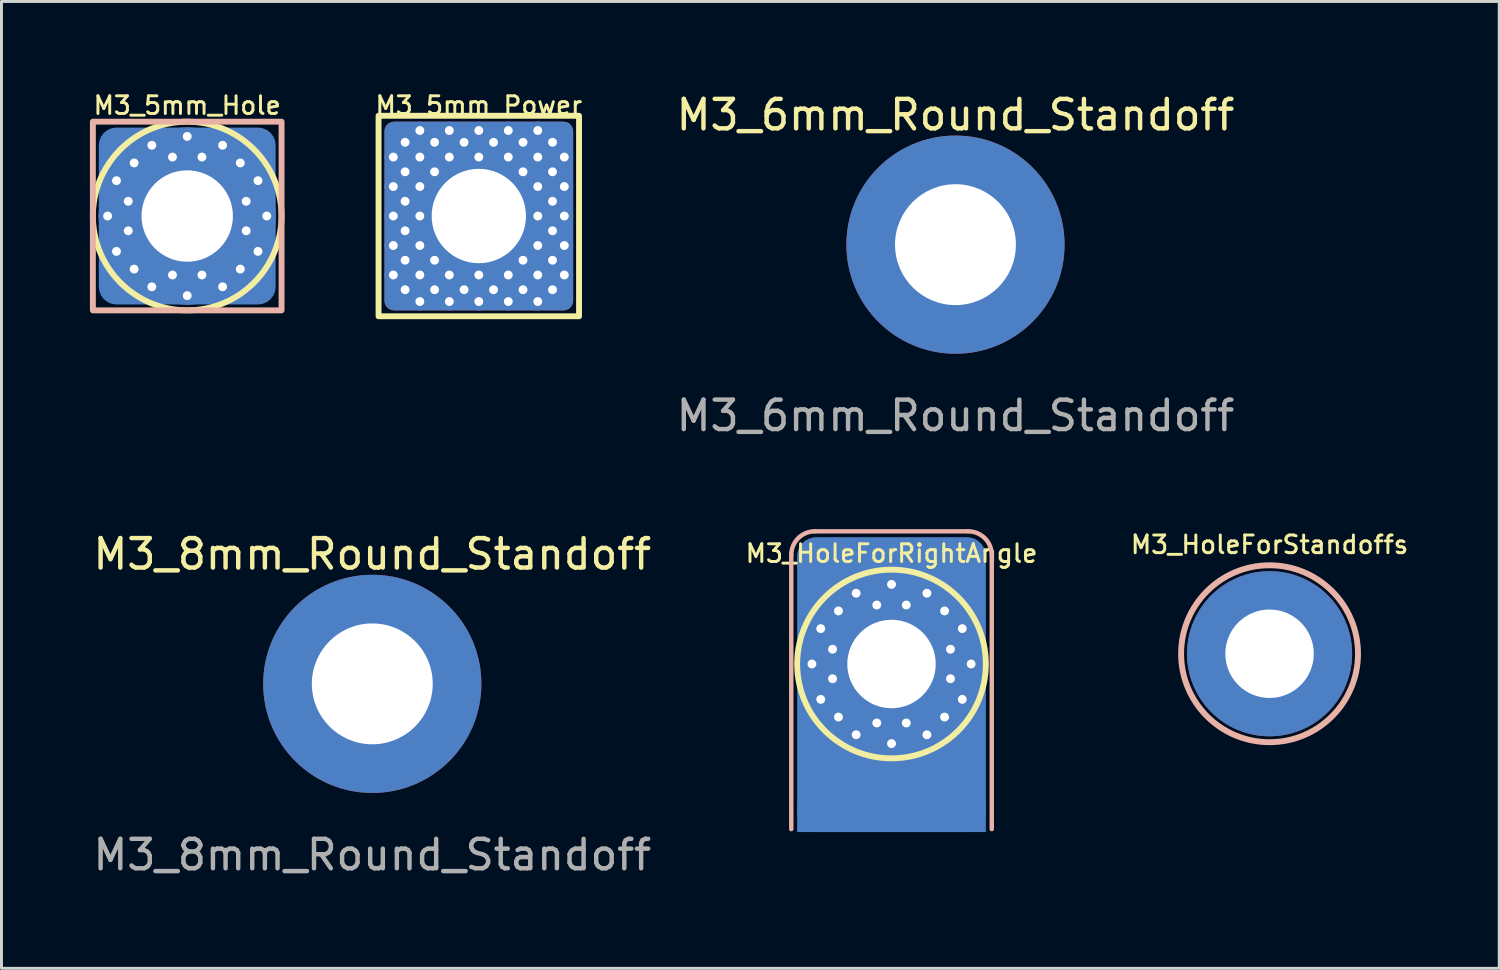
<source format=kicad_pcb>
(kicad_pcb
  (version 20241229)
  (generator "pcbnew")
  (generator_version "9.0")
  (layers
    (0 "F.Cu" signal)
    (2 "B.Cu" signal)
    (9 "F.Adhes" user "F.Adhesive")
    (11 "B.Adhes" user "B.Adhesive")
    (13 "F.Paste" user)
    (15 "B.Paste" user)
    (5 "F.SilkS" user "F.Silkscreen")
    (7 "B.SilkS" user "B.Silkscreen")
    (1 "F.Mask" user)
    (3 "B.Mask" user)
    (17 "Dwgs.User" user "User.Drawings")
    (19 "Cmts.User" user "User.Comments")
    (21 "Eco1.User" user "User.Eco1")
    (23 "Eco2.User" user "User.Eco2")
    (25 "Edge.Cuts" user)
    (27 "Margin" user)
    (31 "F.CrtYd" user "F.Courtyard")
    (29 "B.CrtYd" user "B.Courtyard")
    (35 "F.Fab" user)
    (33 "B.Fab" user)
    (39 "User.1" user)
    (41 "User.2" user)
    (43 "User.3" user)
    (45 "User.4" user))
  (footprint "M3_8mm_Round_Standoff"
    (layer "F.Cu")
    (at 9.577 20.145)
    (property "Reference" "M3_8mm_Round_Standoff" (at 0 -4.4 0) (unlocked yes) (layer "F.SilkS") (effects (font (size 1 1) (thickness 0.15))))
    (attr smd)
    (fp_line (start -2.2 -0.4) (end -3.6 -0.4) (stroke (width 0.12) (type default)) (layer "F.Paste"))
    (fp_line (start -2.2 0.4) (end -3.6 0.4) (stroke (width 0.12) (type default)) (layer "F.Paste"))
    (fp_line (start -0.4 -2.2) (end -0.4 -3.6) (stroke (width 0.12) (type default)) (layer "F.Paste"))
    (fp_line (start -0.4 2.2) (end -0.4 3.6) (stroke (width 0.12) (type default)) (layer "F.Paste"))
    (fp_line (start 0.4 -2.2) (end 0.4 -3.6) (stroke (width 0.12) (type default)) (layer "F.Paste"))
    (fp_line (start 0.4 3.6) (end 0.4 2.2) (stroke (width 0.12) (type default)) (layer "F.Paste"))
    (fp_line (start 2.2 -0.4) (end 3.6 -0.4) (stroke (width 0.12) (type default)) (layer "F.Paste"))
    (fp_line (start 2.2 0.4) (end 3.6 0.4) (stroke (width 0.12) (type default)) (layer "F.Paste"))
    (fp_arc (start -3.6 -0.4) (mid -2.56125 -2.56125) (end -0.4 -3.6) (stroke (width 0.12) (type default)) (layer "F.Paste"))
    (fp_arc (start -2.199999 -0.4) (mid -1.581138 -1.581138) (end -0.4 -2.199999) (stroke (width 0.12) (type default)) (layer "F.Paste"))
    (fp_arc (start -0.4 2.199999) (mid -1.581138 1.581138) (end -2.199999 0.4) (stroke (width 0.12) (type default)) (layer "F.Paste"))
    (fp_arc (start -0.4 3.6) (mid -2.56125 2.56125) (end -3.6 0.4) (stroke (width 0.12) (type default)) (layer "F.Paste"))
    (fp_arc (start 0.4 -3.6) (mid 2.56125 -2.56125) (end 3.6 -0.4) (stroke (width 0.12) (type default)) (layer "F.Paste"))
    (fp_arc (start 0.4 -2.199999) (mid 1.581138 -1.581138) (end 2.199999 -0.4) (stroke (width 0.12) (type default)) (layer "F.Paste"))
    (fp_arc (start 2.199999 0.4) (mid 1.581138 1.581138) (end 0.4 2.199999) (stroke (width 0.12) (type default)) (layer "F.Paste"))
    (fp_arc (start 3.6 0.4) (mid 2.56125 2.56125) (end 0.4 3.6) (stroke (width 0.12) (type default)) (layer "F.Paste"))
    (fp_poly (pts (xy -2.2 0.4) (xy -3.6 0.4) (xy -3.45 1.06) (xy -3.12 1.83) (xy -2.64 2.48) (xy -2.27 2.82) (xy -1.9 3.08) (xy -1.34 3.37) (xy -1 3.48) (xy -0.4 3.6) (xy -0.4 2.2) (xy -0.76 2.1) (xy -1.16 1.92) (xy -1.61 1.55) (xy -1.96 1.1) (xy -2.1 0.73)) (stroke (width 0.01) (type solid)) (fill yes) (layer "F.Paste"))
    (fp_poly (pts (xy -0.4 -2.2) (xy -0.4 -3.6) (xy -1.06 -3.45) (xy -1.83 -3.12) (xy -2.48 -2.64) (xy -2.82 -2.27) (xy -3.08 -1.9) (xy -3.37 -1.34) (xy -3.48 -1) (xy -3.6 -0.4) (xy -2.2 -0.4) (xy -2.1 -0.76) (xy -1.92 -1.16) (xy -1.55 -1.61) (xy -1.1 -1.96) (xy -0.73 -2.1)) (stroke (width 0.01) (type solid)) (fill yes) (layer "F.Paste"))
    (fp_poly (pts (xy 0.4 2.2) (xy 0.4 3.6) (xy 1.06 3.45) (xy 1.83 3.12) (xy 2.48 2.64) (xy 2.82 2.27) (xy 3.08 1.9) (xy 3.37 1.34) (xy 3.48 1) (xy 3.6 0.4) (xy 2.2 0.4) (xy 2.1 0.76) (xy 1.92 1.16) (xy 1.55 1.61) (xy 1.1 1.96) (xy 0.73 2.1)) (stroke (width 0.01) (type solid)) (fill yes) (layer "F.Paste"))
    (fp_poly (pts (xy 2.2 -0.4) (xy 3.6 -0.4) (xy 3.45 -1.06) (xy 3.12 -1.83) (xy 2.64 -2.48) (xy 2.27 -2.82) (xy 1.9 -3.08) (xy 1.34 -3.37) (xy 1 -3.48) (xy 0.4 -3.6) (xy 0.4 -2.2) (xy 0.76 -2.1) (xy 1.16 -1.92) (xy 1.61 -1.55) (xy 1.96 -1.1) (xy 2.1 -0.73)) (stroke (width 0.01) (type solid)) (fill yes) (layer "F.Paste"))
    (fp_text user "${REFERENCE}" (at 0 5.8 0) (unlocked yes) (layer "F.Fab") (effects (font (size 1 1) (thickness 0.15))))
    (pad "1" thru_hole circle (at 0 0) (size 7.4 7.4) (drill 4.1) (layers "*.Cu" "F.Mask")))
  (footprint "M3_HoleForStandoffs"
    (layer "F.Cu")
    (at 40.01 19.123)
    (property "Reference" "M3_HoleForStandoffs" (at 0 -3.7 0) (unlocked yes) (layer "F.SilkS") (effects (font (size 0.6 0.6) (thickness 0.1))))
    (attr exclude_from_pos_files exclude_from_bom)
    (fp_circle (center 0 0) (end 3 0) (stroke (width 0.2) (type solid)) (fill no) (layer "B.SilkS"))
    (pad "1" thru_hole circle (at 0 0) (size 5.6 5.6) (drill 3) (layers "*.Cu" "*.Mask")))
  (footprint "M3_5mm_Power"
    (layer "F.Cu")
    (at 13.19 4.277)
    (property "Reference" "M3_5mm_Power" (at 0 -3.75 0) (unlocked yes) (layer "F.SilkS") (effects (font (size 0.6 0.6) (thickness 0.1))))
    (attr smd)
    (fp_rect (start -3.4 -3.4) (end 3.4 3.4) (stroke (width 0.2) (type default)) (fill no) (layer "F.SilkS"))
    (pad "1" thru_hole circle (at -2.9 -2) (size 0.6 0.6) (drill 0.3) (layers "*.Cu"))
    (pad "1" thru_hole circle (at -2.9 -1) (size 0.6 0.6) (drill 0.3) (layers "*.Cu"))
    (pad "1" thru_hole circle (at -2.9 0) (size 0.6 0.6) (drill 0.3) (layers "*.Cu"))
    (pad "1" thru_hole circle (at -2.9 1) (size 0.6 0.6) (drill 0.3) (layers "*.Cu"))
    (pad "1" thru_hole circle (at -2.9 2) (size 0.6 0.6) (drill 0.3) (layers "*.Cu"))
    (pad "1" thru_hole circle (at -2.5 -2.5) (size 0.6 0.6) (drill 0.3) (layers "*.Cu"))
    (pad "1" thru_hole circle (at -2.5 -1.5) (size 0.6 0.6) (drill 0.3) (layers "*.Cu"))
    (pad "1" thru_hole circle (at -2.5 -0.5) (size 0.6 0.6) (drill 0.3) (layers "*.Cu"))
    (pad "1" thru_hole circle (at -2.5 0.5) (size 0.6 0.6) (drill 0.3) (layers "*.Cu"))
    (pad "1" thru_hole circle (at -2.5 1.5) (size 0.6 0.6) (drill 0.3) (layers "*.Cu"))
    (pad "1" thru_hole circle (at -2.5 2.5) (size 0.6 0.6) (drill 0.3) (layers "*.Cu"))
    (pad "1" thru_hole circle (at -2 -2.9) (size 0.6 0.6) (drill 0.3) (layers "*.Cu"))
    (pad "1" thru_hole circle (at -2 -2) (size 0.6 0.6) (drill 0.3) (layers "*.Cu"))
    (pad "1" thru_hole circle (at -2 -1) (size 0.6 0.6) (drill 0.3) (layers "*.Cu"))
    (pad "1" thru_hole circle (at -2 0) (size 0.6 0.6) (drill 0.3) (layers "*.Cu"))
    (pad "1" thru_hole circle (at -2 1) (size 0.6 0.6) (drill 0.3) (layers "*.Cu"))
    (pad "1" thru_hole circle (at -2 2) (size 0.6 0.6) (drill 0.3) (layers "*.Cu"))
    (pad "1" thru_hole circle (at -2 2.9) (size 0.6 0.6) (drill 0.3) (layers "*.Cu"))
    (pad "1" thru_hole circle (at -1.5 -2.5) (size 0.6 0.6) (drill 0.3) (layers "*.Cu"))
    (pad "1" thru_hole circle (at -1.5 -1.5) (size 0.6 0.6) (drill 0.3) (layers "*.Cu"))
    (pad "1" thru_hole circle (at -1.5 1.5) (size 0.6 0.6) (drill 0.3) (layers "*.Cu"))
    (pad "1" thru_hole circle (at -1.5 2.5) (size 0.6 0.6) (drill 0.3) (layers "*.Cu"))
    (pad "1" thru_hole circle (at -1 -2.9) (size 0.6 0.6) (drill 0.3) (layers "*.Cu"))
    (pad "1" thru_hole circle (at -1 -2) (size 0.6 0.6) (drill 0.3) (layers "*.Cu"))
    (pad "1" thru_hole circle (at -1 2) (size 0.6 0.6) (drill 0.3) (layers "*.Cu"))
    (pad "1" thru_hole circle (at -1 2.9) (size 0.6 0.6) (drill 0.3) (layers "*.Cu"))
    (pad "1" thru_hole circle (at -0.5 -2.5) (size 0.6 0.6) (drill 0.3) (layers "*.Cu"))
    (pad "1" thru_hole circle (at -0.5 2.5) (size 0.6 0.6) (drill 0.3) (layers "*.Cu"))
    (pad "1" thru_hole circle (at 0 -2.9) (size 0.6 0.6) (drill 0.3) (layers "*.Cu"))
    (pad "1" thru_hole circle (at 0 -2) (size 0.6 0.6) (drill 0.3) (layers "*.Cu"))
    (pad "1" thru_hole roundrect (at 0 0) (size 6.4 6.4) (drill 3.2) (layers "*.Cu" "F.Mask") (roundrect_rratio 0.05))
    (pad "1" thru_hole circle (at 0 2) (size 0.6 0.6) (drill 0.3) (layers "*.Cu"))
    (pad "1" thru_hole circle (at 0 2.9) (size 0.6 0.6) (drill 0.3) (layers "*.Cu"))
    (pad "1" thru_hole circle (at 0.5 -2.5) (size 0.6 0.6) (drill 0.3) (layers "*.Cu"))
    (pad "1" thru_hole circle (at 0.5 2.5) (size 0.6 0.6) (drill 0.3) (layers "*.Cu"))
    (pad "1" thru_hole circle (at 1 -2.9) (size 0.6 0.6) (drill 0.3) (layers "*.Cu"))
    (pad "1" thru_hole circle (at 1 -2) (size 0.6 0.6) (drill 0.3) (layers "*.Cu"))
    (pad "1" thru_hole circle (at 1 2) (size 0.6 0.6) (drill 0.3) (layers "*.Cu"))
    (pad "1" thru_hole circle (at 1 2.9) (size 0.6 0.6) (drill 0.3) (layers "*.Cu"))
    (pad "1" thru_hole circle (at 1.5 -2.5) (size 0.6 0.6) (drill 0.3) (layers "*.Cu"))
    (pad "1" thru_hole circle (at 1.5 -1.5) (size 0.6 0.6) (drill 0.3) (layers "*.Cu"))
    (pad "1" thru_hole circle (at 1.5 1.5) (size 0.6 0.6) (drill 0.3) (layers "*.Cu"))
    (pad "1" thru_hole circle (at 1.5 2.5) (size 0.6 0.6) (drill 0.3) (layers "*.Cu"))
    (pad "1" thru_hole circle (at 2 -2.9) (size 0.6 0.6) (drill 0.3) (layers "*.Cu"))
    (pad "1" thru_hole circle (at 2 -2) (size 0.6 0.6) (drill 0.3) (layers "*.Cu"))
    (pad "1" thru_hole circle (at 2 -1) (size 0.6 0.6) (drill 0.3) (layers "*.Cu"))
    (pad "1" thru_hole circle (at 2 0) (size 0.6 0.6) (drill 0.3) (layers "*.Cu"))
    (pad "1" thru_hole circle (at 2 1) (size 0.6 0.6) (drill 0.3) (layers "*.Cu"))
    (pad "1" thru_hole circle (at 2 2) (size 0.6 0.6) (drill 0.3) (layers "*.Cu"))
    (pad "1" thru_hole circle (at 2 2.9) (size 0.6 0.6) (drill 0.3) (layers "*.Cu"))
    (pad "1" thru_hole circle (at 2.5 -2.5) (size 0.6 0.6) (drill 0.3) (layers "*.Cu"))
    (pad "1" thru_hole circle (at 2.5 -1.5) (size 0.6 0.6) (drill 0.3) (layers "*.Cu"))
    (pad "1" thru_hole circle (at 2.5 -0.5) (size 0.6 0.6) (drill 0.3) (layers "*.Cu"))
    (pad "1" thru_hole circle (at 2.5 0.5) (size 0.6 0.6) (drill 0.3) (layers "*.Cu"))
    (pad "1" thru_hole circle (at 2.5 1.5) (size 0.6 0.6) (drill 0.3) (layers "*.Cu"))
    (pad "1" thru_hole circle (at 2.5 2.5) (size 0.6 0.6) (drill 0.3) (layers "*.Cu"))
    (pad "1" thru_hole circle (at 2.9 -2) (size 0.6 0.6) (drill 0.3) (layers "*.Cu"))
    (pad "1" thru_hole circle (at 2.9 -1) (size 0.6 0.6) (drill 0.3) (layers "*.Cu"))
    (pad "1" thru_hole circle (at 2.9 0) (size 0.6 0.6) (drill 0.3) (layers "*.Cu"))
    (pad "1" thru_hole circle (at 2.9 1) (size 0.6 0.6) (drill 0.3) (layers "*.Cu"))
    (pad "1" thru_hole circle (at 2.9 2) (size 0.6 0.6) (drill 0.3) (layers "*.Cu")))
  (footprint "M3_6mm_Round_Standoff"
    (layer "F.Cu")
    (at 29.357 5.248)
    (property "Reference" "M3_6mm_Round_Standoff" (at 0 -4.4 0) (unlocked yes) (layer "F.SilkS") (effects (font (size 1 1) (thickness 0.15))))
    (attr smd)
    (fp_line (start -2.2 -0.4) (end -3.6 -0.4) (stroke (width 0.12) (type default)) (layer "F.Paste"))
    (fp_line (start -2.2 0.4) (end -3.6 0.4) (stroke (width 0.12) (type default)) (layer "F.Paste"))
    (fp_line (start -0.4 -2.2) (end -0.4 -3.6) (stroke (width 0.12) (type default)) (layer "F.Paste"))
    (fp_line (start -0.4 2.2) (end -0.4 3.6) (stroke (width 0.12) (type default)) (layer "F.Paste"))
    (fp_line (start 0.4 -2.2) (end 0.4 -3.6) (stroke (width 0.12) (type default)) (layer "F.Paste"))
    (fp_line (start 0.4 3.6) (end 0.4 2.2) (stroke (width 0.12) (type default)) (layer "F.Paste"))
    (fp_line (start 2.2 -0.4) (end 3.6 -0.4) (stroke (width 0.12) (type default)) (layer "F.Paste"))
    (fp_line (start 2.2 0.4) (end 3.6 0.4) (stroke (width 0.12) (type default)) (layer "F.Paste"))
    (fp_arc (start -3.6 -0.4) (mid -2.56125 -2.56125) (end -0.4 -3.6) (stroke (width 0.12) (type default)) (layer "F.Paste"))
    (fp_arc (start -2.199999 -0.4) (mid -1.581138 -1.581138) (end -0.4 -2.199999) (stroke (width 0.12) (type default)) (layer "F.Paste"))
    (fp_arc (start -0.4 2.199999) (mid -1.581138 1.581138) (end -2.199999 0.4) (stroke (width 0.12) (type default)) (layer "F.Paste"))
    (fp_arc (start -0.4 3.6) (mid -2.56125 2.56125) (end -3.6 0.4) (stroke (width 0.12) (type default)) (layer "F.Paste"))
    (fp_arc (start 0.4 -3.6) (mid 2.56125 -2.56125) (end 3.6 -0.4) (stroke (width 0.12) (type default)) (layer "F.Paste"))
    (fp_arc (start 0.4 -2.199999) (mid 1.581138 -1.581138) (end 2.199999 -0.4) (stroke (width 0.12) (type default)) (layer "F.Paste"))
    (fp_arc (start 2.199999 0.4) (mid 1.581138 1.581138) (end 0.4 2.199999) (stroke (width 0.12) (type default)) (layer "F.Paste"))
    (fp_arc (start 3.6 0.4) (mid 2.56125 2.56125) (end 0.4 3.6) (stroke (width 0.12) (type default)) (layer "F.Paste"))
    (fp_poly (pts (xy -2.2 0.4) (xy -3.6 0.4) (xy -3.45 1.06) (xy -3.12 1.83) (xy -2.64 2.48) (xy -2.27 2.82) (xy -1.9 3.08) (xy -1.34 3.37) (xy -1 3.48) (xy -0.4 3.6) (xy -0.4 2.2) (xy -0.76 2.1) (xy -1.16 1.92) (xy -1.61 1.55) (xy -1.96 1.1) (xy -2.1 0.73)) (stroke (width 0.01) (type solid)) (fill yes) (layer "F.Paste"))
    (fp_poly (pts (xy -0.4 -2.2) (xy -0.4 -3.6) (xy -1.06 -3.45) (xy -1.83 -3.12) (xy -2.48 -2.64) (xy -2.82 -2.27) (xy -3.08 -1.9) (xy -3.37 -1.34) (xy -3.48 -1) (xy -3.6 -0.4) (xy -2.2 -0.4) (xy -2.1 -0.76) (xy -1.92 -1.16) (xy -1.55 -1.61) (xy -1.1 -1.96) (xy -0.73 -2.1)) (stroke (width 0.01) (type solid)) (fill yes) (layer "F.Paste"))
    (fp_poly (pts (xy 0.4 2.2) (xy 0.4 3.6) (xy 1.06 3.45) (xy 1.83 3.12) (xy 2.48 2.64) (xy 2.82 2.27) (xy 3.08 1.9) (xy 3.37 1.34) (xy 3.48 1) (xy 3.6 0.4) (xy 2.2 0.4) (xy 2.1 0.76) (xy 1.92 1.16) (xy 1.55 1.61) (xy 1.1 1.96) (xy 0.73 2.1)) (stroke (width 0.01) (type solid)) (fill yes) (layer "F.Paste"))
    (fp_poly (pts (xy 2.2 -0.4) (xy 3.6 -0.4) (xy 3.45 -1.06) (xy 3.12 -1.83) (xy 2.64 -2.48) (xy 2.27 -2.82) (xy 1.9 -3.08) (xy 1.34 -3.37) (xy 1 -3.48) (xy 0.4 -3.6) (xy 0.4 -2.2) (xy 0.76 -2.1) (xy 1.16 -1.92) (xy 1.61 -1.55) (xy 1.96 -1.1) (xy 2.1 -0.73)) (stroke (width 0.01) (type solid)) (fill yes) (layer "F.Paste"))
    (fp_text user "${REFERENCE}" (at 0 5.8 0) (unlocked yes) (layer "F.Fab") (effects (font (size 1 1) (thickness 0.15))))
    (pad "1" thru_hole circle (at 0 0) (size 7.4 7.4) (drill 4.1) (layers "*.Cu" "F.Mask")))
  (footprint "M3_HoleForRightAngle"
    (layer "F.Cu")
    (at 27.188 19.471)
    (property "Reference" "M3_HoleForRightAngle" (at 0 -3.75 0) (unlocked yes) (layer "F.SilkS") (effects (font (size 0.6 0.6) (thickness 0.1))))
    (attr smd)
    (fp_circle (center 0 0) (end 3.2 0) (stroke (width 0.2) (type solid)) (fill no) (layer "F.SilkS"))
    (fp_line (start -3.4 5.6) (end -3.4 -3.7) (stroke (width 0.15) (type solid)) (layer "B.SilkS"))
    (fp_line (start 2.6 -4.5) (end -2.6 -4.5) (stroke (width 0.15) (type solid)) (layer "B.SilkS"))
    (fp_line (start 3.4 5.6) (end 3.4 -3.7) (stroke (width 0.15) (type solid)) (layer "B.SilkS"))
    (fp_arc (start -3.4 -3.699999) (mid -3.165685 -4.265684) (end -2.6 -4.499999) (stroke (width 0.15) (type solid)) (layer "B.SilkS"))
    (fp_arc (start 2.600001 -4.5) (mid 3.165686 -4.265685) (end 3.400001 -3.7) (stroke (width 0.15) (type solid)) (layer "B.SilkS"))
    (pad "1" thru_hole circle (at -2.7 0) (size 0.6 0.6) (drill 0.3) (layers "*.Cu"))
    (pad "1" thru_hole circle (at -2.4 -1.2) (size 0.6 0.6) (drill 0.3) (layers "*.Cu"))
    (pad "1" thru_hole circle (at -2.4 1.2) (size 0.6 0.6) (drill 0.3) (layers "*.Cu"))
    (pad "1" thru_hole circle (at -2 -0.5) (size 0.6 0.6) (drill 0.3) (layers "*.Cu"))
    (pad "1" thru_hole circle (at -2 0.5) (size 0.6 0.6) (drill 0.3) (layers "*.Cu"))
    (pad "1" thru_hole circle (at -1.8 -1.8) (size 0.6 0.6) (drill 0.3) (layers "*.Cu"))
    (pad "1" thru_hole circle (at -1.8 1.8) (size 0.6 0.6) (drill 0.3) (layers "*.Cu"))
    (pad "1" thru_hole circle (at -1.2 -2.4) (size 0.6 0.6) (drill 0.3) (layers "*.Cu"))
    (pad "1" thru_hole circle (at -1.2 2.4) (size 0.6 0.6) (drill 0.3) (layers "*.Cu"))
    (pad "1" thru_hole circle (at -0.5 -2) (size 0.6 0.6) (drill 0.3) (layers "*.Cu"))
    (pad "1" thru_hole circle (at -0.5 2) (size 0.6 0.6) (drill 0.3) (layers "*.Cu"))
    (pad "1" thru_hole circle (at 0 -2.7) (size 0.6 0.6) (drill 0.3) (layers "*.Cu"))
    (pad "1" thru_hole circle (at 0 0) (size 6 6) (drill 3) (layers "*.Cu" "*.Mask"))
    (pad "1" smd roundrect (at 0 0.7 90) (size 10 6.4) (layers "B.Cu" "B.Mask" "B.Paste") (roundrect_rratio 0.1))
    (pad "1" thru_hole circle (at 0 2.7) (size 0.6 0.6) (drill 0.3) (layers "*.Cu"))
    (pad "1" smd rect (at 0 5.2 90) (size 1 6.4) (layers "B.Cu" "B.Mask" "B.Paste"))
    (pad "1" thru_hole circle (at 0.5 -2) (size 0.6 0.6) (drill 0.3) (layers "*.Cu"))
    (pad "1" thru_hole circle (at 0.5 2) (size 0.6 0.6) (drill 0.3) (layers "*.Cu"))
    (pad "1" thru_hole circle (at 1.2 -2.4) (size 0.6 0.6) (drill 0.3) (layers "*.Cu"))
    (pad "1" thru_hole circle (at 1.2 2.4) (size 0.6 0.6) (drill 0.3) (layers "*.Cu"))
    (pad "1" thru_hole circle (at 1.8 -1.8) (size 0.6 0.6) (drill 0.3) (layers "*.Cu"))
    (pad "1" thru_hole circle (at 1.8 1.8) (size 0.6 0.6) (drill 0.3) (layers "*.Cu"))
    (pad "1" thru_hole circle (at 2 -0.5) (size 0.6 0.6) (drill 0.3) (layers "*.Cu"))
    (pad "1" thru_hole circle (at 2 0.5) (size 0.6 0.6) (drill 0.3) (layers "*.Cu"))
    (pad "1" thru_hole circle (at 2.4 -1.2) (size 0.6 0.6) (drill 0.3) (layers "*.Cu"))
    (pad "1" thru_hole circle (at 2.4 1.2) (size 0.6 0.6) (drill 0.3) (layers "*.Cu"))
    (pad "1" thru_hole circle (at 2.7 0) (size 0.6 0.6) (drill 0.3) (layers "*.Cu")))
  (footprint "M3_5mm_Hole"
    (layer "F.Cu")
    (at 3.3 4.277)
    (property "Reference" "M3_5mm_Hole" (at 0 -3.75 0) (unlocked yes) (layer "F.SilkS") (effects (font (size 0.6 0.6) (thickness 0.1))))
    (attr smd)
    (fp_circle (center 0 0) (end 3.2 0) (stroke (width 0.2) (type solid)) (fill no) (layer "F.SilkS"))
    (fp_rect (start -3.2 -3.2) (end 3.2 3.2) (stroke (width 0.2) (type default)) (fill no) (layer "B.SilkS"))
    (pad "1" thru_hole circle (at -2.7 0) (size 0.6 0.6) (drill 0.3) (layers "*.Cu"))
    (pad "1" thru_hole circle (at -2.4 -1.2) (size 0.6 0.6) (drill 0.3) (layers "*.Cu"))
    (pad "1" thru_hole circle (at -2.4 1.2) (size 0.6 0.6) (drill 0.3) (layers "*.Cu"))
    (pad "1" thru_hole circle (at -2 -0.5) (size 0.6 0.6) (drill 0.3) (layers "*.Cu"))
    (pad "1" thru_hole circle (at -2 0.5) (size 0.6 0.6) (drill 0.3) (layers "*.Cu"))
    (pad "1" thru_hole circle (at -1.8 -1.8) (size 0.6 0.6) (drill 0.3) (layers "*.Cu"))
    (pad "1" thru_hole circle (at -1.8 1.8) (size 0.6 0.6) (drill 0.3) (layers "*.Cu"))
    (pad "1" thru_hole circle (at -1.2 -2.4) (size 0.6 0.6) (drill 0.3) (layers "*.Cu"))
    (pad "1" thru_hole circle (at -1.2 2.4) (size 0.6 0.6) (drill 0.3) (layers "*.Cu"))
    (pad "1" thru_hole circle (at -0.5 -2) (size 0.6 0.6) (drill 0.3) (layers "*.Cu"))
    (pad "1" thru_hole circle (at -0.5 2) (size 0.6 0.6) (drill 0.3) (layers "*.Cu"))
    (pad "1" thru_hole circle (at 0 -2.7) (size 0.6 0.6) (drill 0.3) (layers "*.Cu"))
    (pad "1" thru_hole circle (at 0 0) (size 6 6) (drill 3.1) (layers "*.Cu" "*.Mask"))
    (pad "1" smd roundrect (at 0 0) (size 6 6) (layers "B.Cu" "B.Mask" "B.Paste") (roundrect_rratio 0.1))
    (pad "1" thru_hole circle (at 0 2.7) (size 0.6 0.6) (drill 0.3) (layers "*.Cu"))
    (pad "1" thru_hole circle (at 0.5 -2) (size 0.6 0.6) (drill 0.3) (layers "*.Cu"))
    (pad "1" thru_hole circle (at 0.5 2) (size 0.6 0.6) (drill 0.3) (layers "*.Cu"))
    (pad "1" thru_hole circle (at 1.2 -2.4) (size 0.6 0.6) (drill 0.3) (layers "*.Cu"))
    (pad "1" thru_hole circle (at 1.2 2.4) (size 0.6 0.6) (drill 0.3) (layers "*.Cu"))
    (pad "1" thru_hole circle (at 1.8 -1.8) (size 0.6 0.6) (drill 0.3) (layers "*.Cu"))
    (pad "1" thru_hole circle (at 1.8 1.8) (size 0.6 0.6) (drill 0.3) (layers "*.Cu"))
    (pad "1" thru_hole circle (at 2 -0.5) (size 0.6 0.6) (drill 0.3) (layers "*.Cu"))
    (pad "1" thru_hole circle (at 2 0.5) (size 0.6 0.6) (drill 0.3) (layers "*.Cu"))
    (pad "1" thru_hole circle (at 2.4 -1.2) (size 0.6 0.6) (drill 0.3) (layers "*.Cu"))
    (pad "1" thru_hole circle (at 2.4 1.2) (size 0.6 0.6) (drill 0.3) (layers "*.Cu"))
    (pad "1" thru_hole circle (at 2.7 0) (size 0.6 0.6) (drill 0.3) (layers "*.Cu")))
  (gr_rect
    (start -3 -3)
    (end 47.8 29.793)
    (stroke (width 0.1) (type default))
    (fill no)
    (layer "Edge.Cuts")))
</source>
